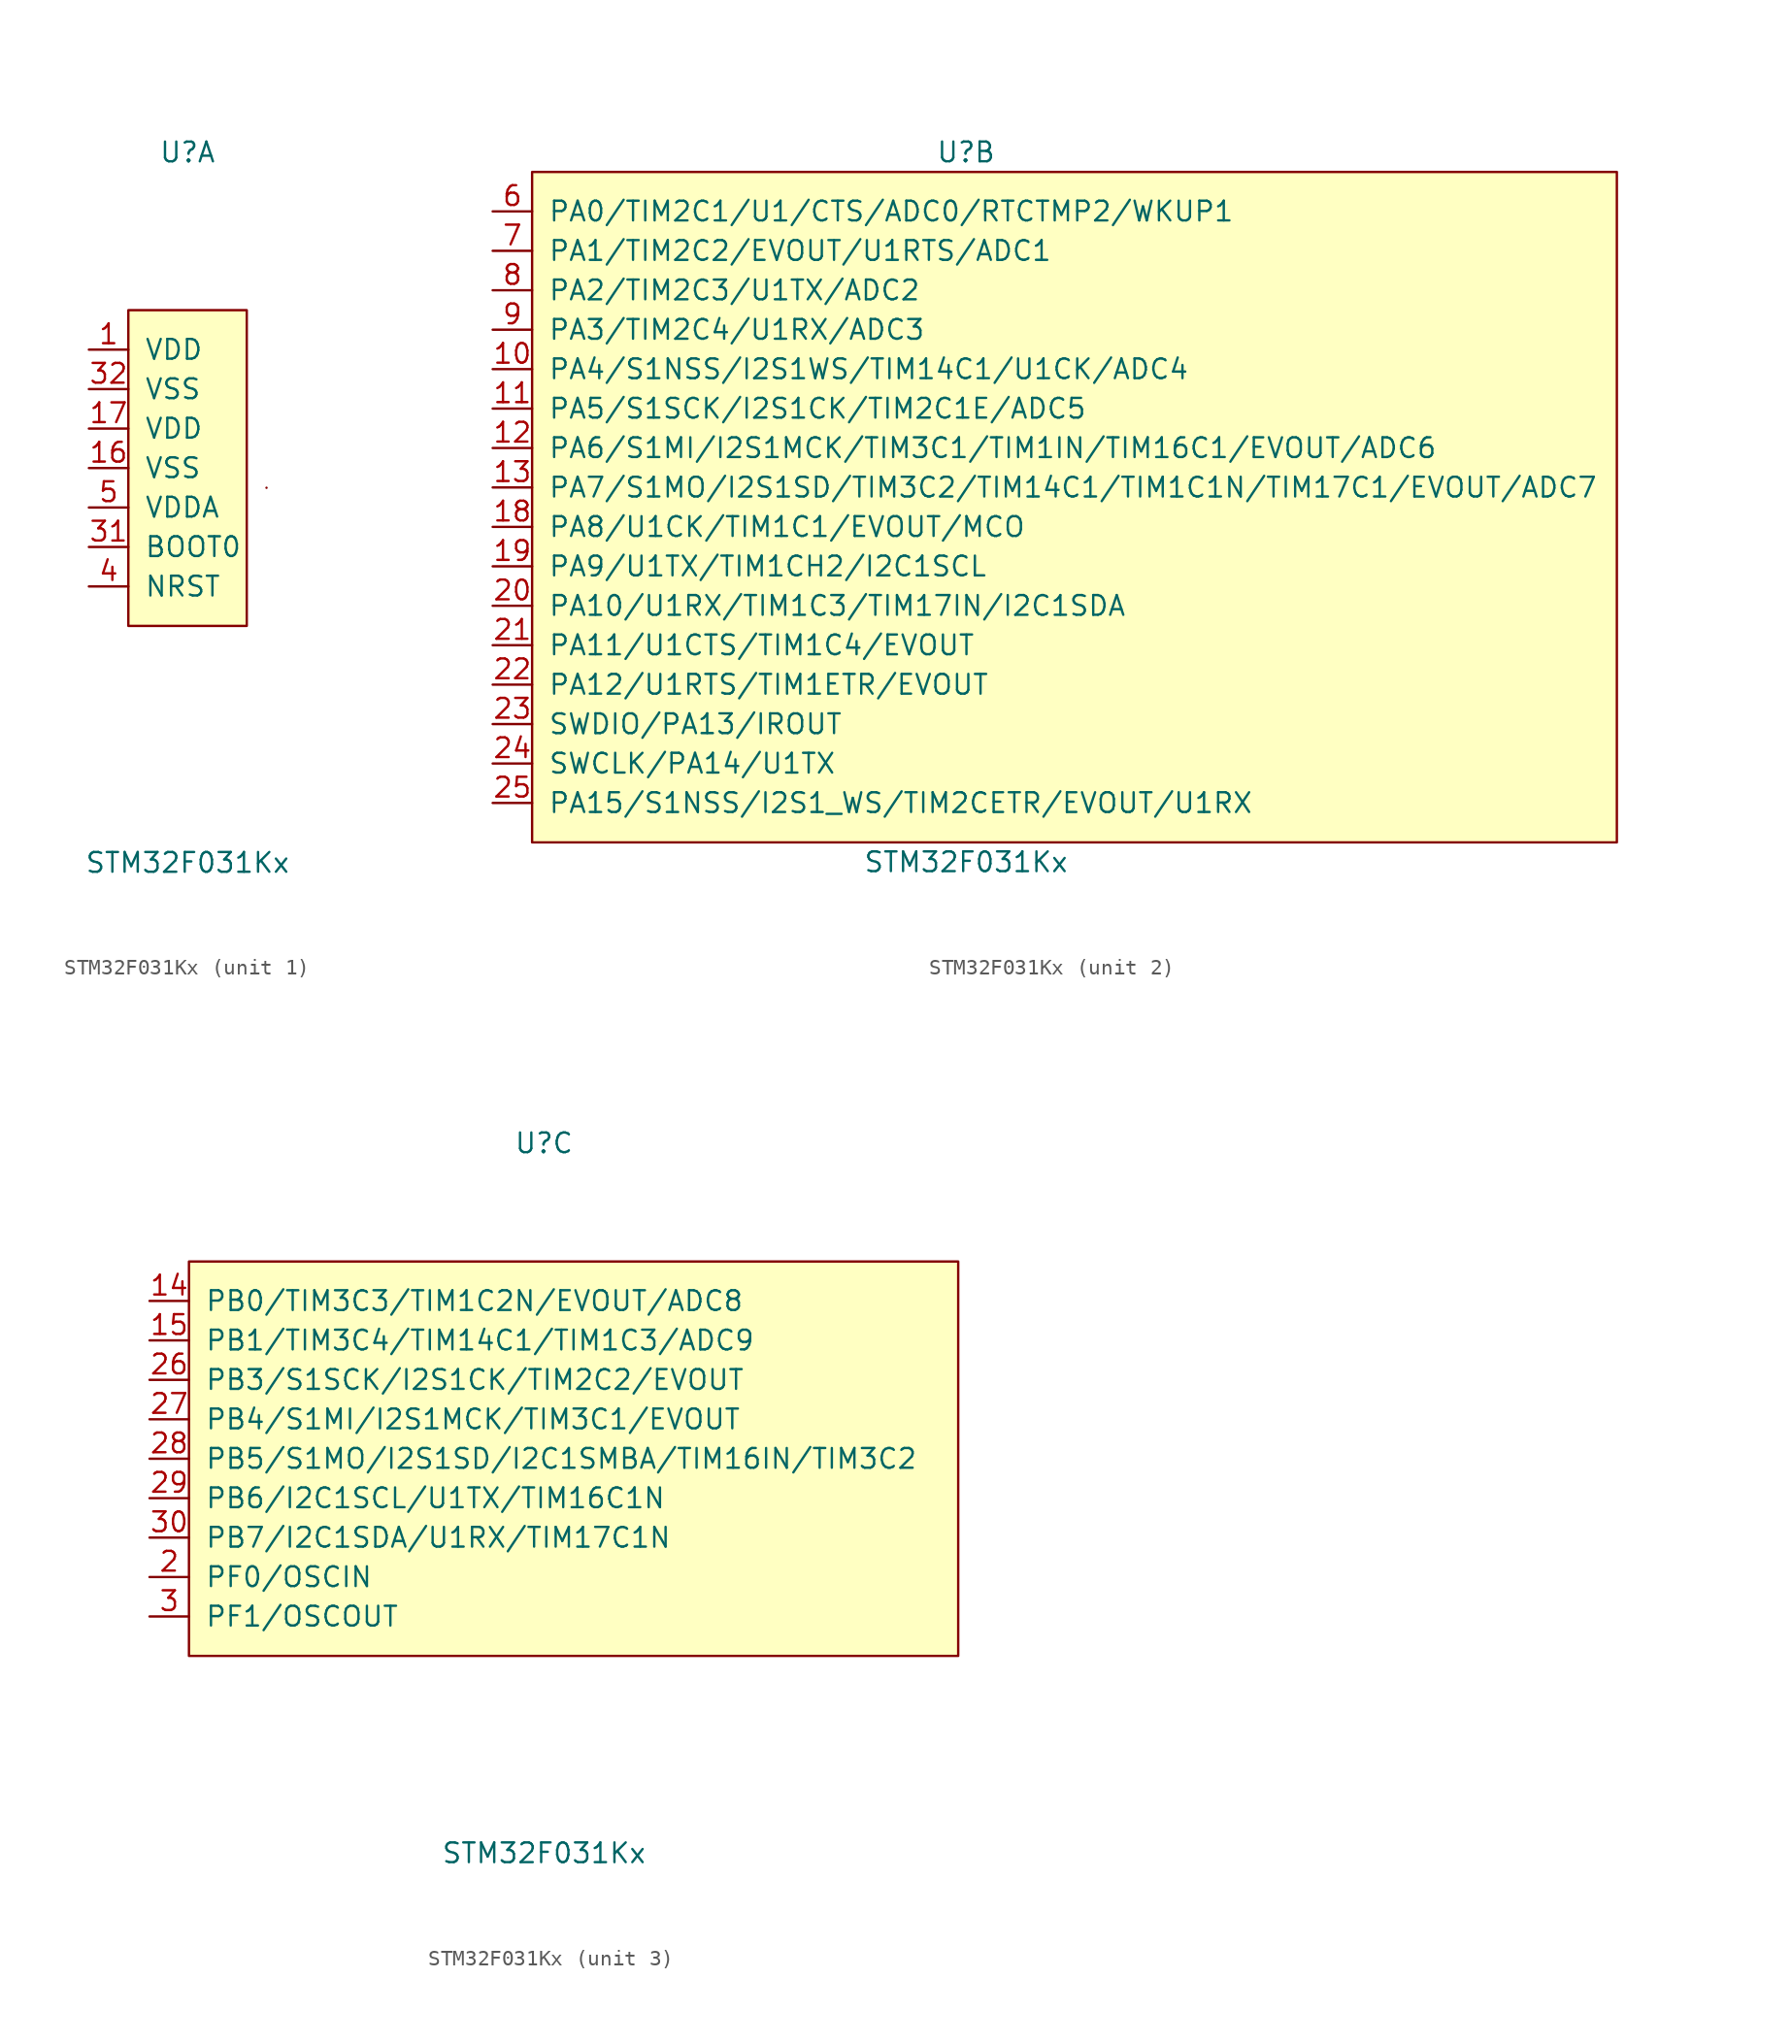
<source format=kicad_sym>
(kicad_symbol_lib
  (version 20211014)
  (generator kicad_symbol_editor)
  (symbol "STM32F031Kx"
    (pin_names
      (offset 1.016))
    (property "Reference" "U"
      (at 0 20.32 0)
      (effects (font (size 1.27 1.27))))
    (property "Value" "STM32F031Kx"
      (at 0 -25.4 0)
      (effects (font (size 1.27 1.27))))
    (property "ki_locked" ""
      (at 0 0 0)
      (effects (font (size 1.27 1.27))))
    (symbol "STM32F031Kx_1_1"
      (rectangle (start -3.81 10.16) (end 3.81 -10.16) (stroke (width 0) (type default) (color 0 0 0 0)) (fill (type background)))
      (rectangle (start 5.08 -1.27) (end 5.08 -1.27) (stroke (width 0) (type default) (color 0 0 0 0)) (fill (type none)))
      (pin power_in line (at -6.35 7.62 0) (length 2.54) (name "VDD" (effects (font (size 1.27 1.27)))) (number "1" (effects (font (size 1.27 1.27)))))
      (pin power_in line (at -6.35 0 0) (length 2.54) (name "VSS" (effects (font (size 1.27 1.27)))) (number "16" (effects (font (size 1.27 1.27)))))
      (pin power_in line (at -6.35 2.54 0) (length 2.54) (name "VDD" (effects (font (size 1.27 1.27)))) (number "17" (effects (font (size 1.27 1.27)))))
      (pin input line (at -6.35 -5.08 0) (length 2.54) (name "BOOT0" (effects (font (size 1.27 1.27)))) (number "31" (effects (font (size 1.27 1.27)))))
      (pin power_in line (at -6.35 5.08 0) (length 2.54) (name "VSS" (effects (font (size 1.27 1.27)))) (number "32" (effects (font (size 1.27 1.27)))))
      (pin input line (at -6.35 -7.62 0) (length 2.54) (name "NRST" (effects (font (size 1.27 1.27)))) (number "4" (effects (font (size 1.27 1.27)))))
      (pin power_in line (at -6.35 -2.54 0) (length 2.54) (name "VDDA" (effects (font (size 1.27 1.27)))) (number "5" (effects (font (size 1.27 1.27))))))
    (symbol "STM32F031Kx_2_1"
      (rectangle (start -27.94 19.05) (end 41.91 -24.13) (stroke (width 0) (type default) (color 0 0 0 0)) (fill (type background)))
      (pin bidirectional line (at -30.48 6.35 0) (length 2.54) (name "PA4/S1NSS/I2S1WS/TIM14C1/U1CK/ADC4" (effects (font (size 1.27 1.27)))) (number "10" (effects (font (size 1.27 1.27)))))
      (pin bidirectional line (at -30.48 3.81 0) (length 2.54) (name "PA5/S1SCK/I2S1CK/TIM2C1E/ADC5" (effects (font (size 1.27 1.27)))) (number "11" (effects (font (size 1.27 1.27)))))
      (pin bidirectional line (at -30.48 1.27 0) (length 2.54) (name "PA6/S1MI/I2S1MCK/TIM3C1/TIM1IN/TIM16C1/EVOUT/ADC6" (effects (font (size 1.27 1.27)))) (number "12" (effects (font (size 1.27 1.27)))))
      (pin bidirectional line (at -30.48 -1.27 0) (length 2.54) (name "PA7/S1MO/I2S1SD/TIM3C2/TIM14C1/TIM1C1N/TIM17C1/EVOUT/ADC7" (effects (font (size 1.27 1.27)))) (number "13" (effects (font (size 1.27 1.27)))))
      (pin bidirectional line (at -30.48 -3.81 0) (length 2.54) (name "PA8/U1CK/TIM1C1/EVOUT/MCO" (effects (font (size 1.27 1.27)))) (number "18" (effects (font (size 1.27 1.27)))))
      (pin bidirectional line (at -30.48 -6.35 0) (length 2.54) (name "PA9/U1TX/TIM1CH2/I2C1SCL" (effects (font (size 1.27 1.27)))) (number "19" (effects (font (size 1.27 1.27)))))
      (pin bidirectional line (at -30.48 -8.89 0) (length 2.54) (name "PA10/U1RX/TIM1C3/TIM17IN/I2C1SDA" (effects (font (size 1.27 1.27)))) (number "20" (effects (font (size 1.27 1.27)))))
      (pin bidirectional line (at -30.48 -11.43 0) (length 2.54) (name "PA11/U1CTS/TIM1C4/EVOUT" (effects (font (size 1.27 1.27)))) (number "21" (effects (font (size 1.27 1.27)))))
      (pin bidirectional line (at -30.48 -13.97 0) (length 2.54) (name "PA12/U1RTS/TIM1ETR/EVOUT" (effects (font (size 1.27 1.27)))) (number "22" (effects (font (size 1.27 1.27)))))
      (pin bidirectional line (at -30.48 -16.51 0) (length 2.54) (name "SWDIO/PA13/IROUT" (effects (font (size 1.27 1.27)))) (number "23" (effects (font (size 1.27 1.27)))))
      (pin bidirectional line (at -30.48 -19.05 0) (length 2.54) (name "SWCLK/PA14/U1TX" (effects (font (size 1.27 1.27)))) (number "24" (effects (font (size 1.27 1.27)))))
      (pin bidirectional line (at -30.48 -21.59 0) (length 2.54) (name "PA15/S1NSS/I2S1_WS/TIM2CETR/EVOUT/U1RX" (effects (font (size 1.27 1.27)))) (number "25" (effects (font (size 1.27 1.27)))))
      (pin bidirectional line (at -30.48 16.51 0) (length 2.54) (name "PA0/TIM2C1/U1/CTS/ADC0/RTCTMP2/WKUP1" (effects (font (size 1.27 1.27)))) (number "6" (effects (font (size 1.27 1.27)))))
      (pin bidirectional line (at -30.48 13.97 0) (length 2.54) (name "PA1/TIM2C2/EVOUT/U1RTS/ADC1" (effects (font (size 1.27 1.27)))) (number "7" (effects (font (size 1.27 1.27)))))
      (pin bidirectional line (at -30.48 11.43 0) (length 2.54) (name "PA2/TIM2C3/U1TX/ADC2" (effects (font (size 1.27 1.27)))) (number "8" (effects (font (size 1.27 1.27)))))
      (pin bidirectional line (at -30.48 8.89 0) (length 2.54) (name "PA3/TIM2C4/U1RX/ADC3" (effects (font (size 1.27 1.27)))) (number "9" (effects (font (size 1.27 1.27))))))
    (symbol "STM32F031Kx_3_1"
      (rectangle (start -22.86 12.7) (end 26.67 -12.7) (stroke (width 0) (type default) (color 0 0 0 0)) (fill (type background)))
      (pin bidirectional line (at -25.4 10.16 0) (length 2.54) (name "PB0/TIM3C3/TIM1C2N/EVOUT/ADC8" (effects (font (size 1.27 1.27)))) (number "14" (effects (font (size 1.27 1.27)))))
      (pin bidirectional line (at -25.4 7.62 0) (length 2.54) (name "PB1/TIM3C4/TIM14C1/TIM1C3/ADC9" (effects (font (size 1.27 1.27)))) (number "15" (effects (font (size 1.27 1.27)))))
      (pin bidirectional line (at -25.4 -7.62 0) (length 2.54) (name "PF0/OSCIN" (effects (font (size 1.27 1.27)))) (number "2" (effects (font (size 1.27 1.27)))))
      (pin bidirectional line (at -25.4 5.08 0) (length 2.54) (name "PB3/S1SCK/I2S1CK/TIM2C2/EVOUT" (effects (font (size 1.27 1.27)))) (number "26" (effects (font (size 1.27 1.27)))))
      (pin bidirectional line (at -25.4 2.54 0) (length 2.54) (name "PB4/S1MI/I2S1MCK/TIM3C1/EVOUT" (effects (font (size 1.27 1.27)))) (number "27" (effects (font (size 1.27 1.27)))))
      (pin bidirectional line (at -25.4 0 0) (length 2.54) (name "PB5/S1MO/I2S1SD/I2C1SMBA/TIM16IN/TIM3C2" (effects (font (size 1.27 1.27)))) (number "28" (effects (font (size 1.27 1.27)))))
      (pin bidirectional line (at -25.4 -2.54 0) (length 2.54) (name "PB6/I2C1SCL/U1TX/TIM16C1N" (effects (font (size 1.27 1.27)))) (number "29" (effects (font (size 1.27 1.27)))))
      (pin bidirectional line (at -25.4 -10.16 0) (length 2.54) (name "PF1/OSCOUT" (effects (font (size 1.27 1.27)))) (number "3" (effects (font (size 1.27 1.27)))))
      (pin bidirectional line (at -25.4 -5.08 0) (length 2.54) (name "PB7/I2C1SDA/U1RX/TIM17C1N" (effects (font (size 1.27 1.27)))) (number "30" (effects (font (size 1.27 1.27))))))))
</source>
